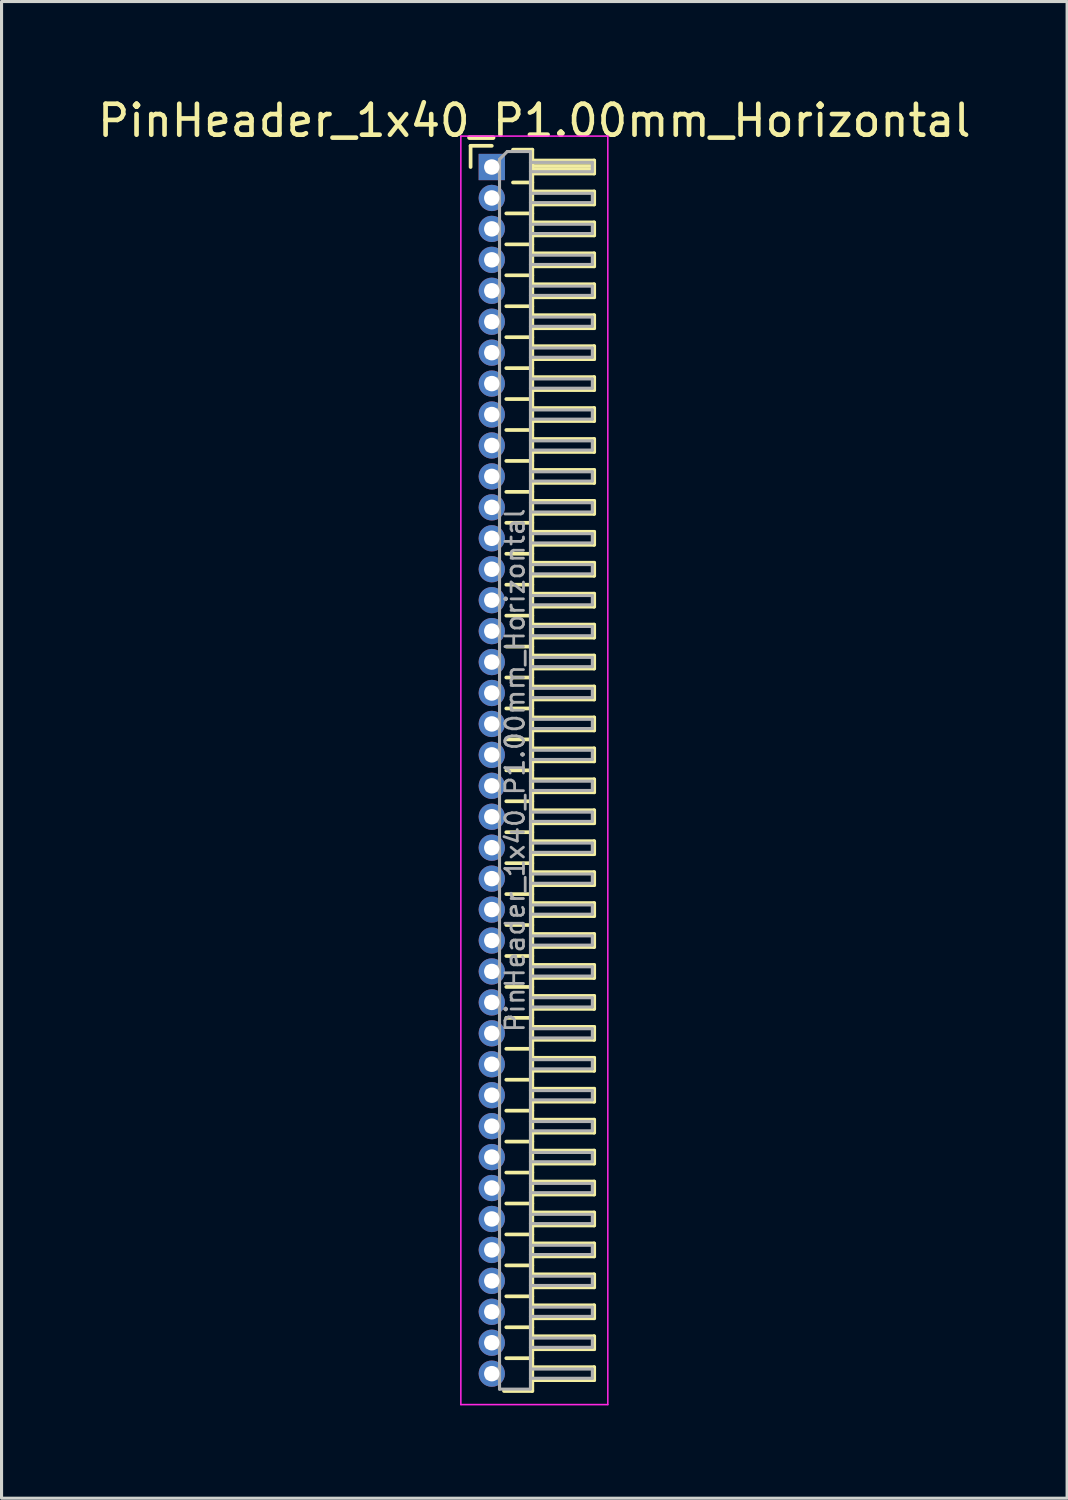
<source format=kicad_pcb>
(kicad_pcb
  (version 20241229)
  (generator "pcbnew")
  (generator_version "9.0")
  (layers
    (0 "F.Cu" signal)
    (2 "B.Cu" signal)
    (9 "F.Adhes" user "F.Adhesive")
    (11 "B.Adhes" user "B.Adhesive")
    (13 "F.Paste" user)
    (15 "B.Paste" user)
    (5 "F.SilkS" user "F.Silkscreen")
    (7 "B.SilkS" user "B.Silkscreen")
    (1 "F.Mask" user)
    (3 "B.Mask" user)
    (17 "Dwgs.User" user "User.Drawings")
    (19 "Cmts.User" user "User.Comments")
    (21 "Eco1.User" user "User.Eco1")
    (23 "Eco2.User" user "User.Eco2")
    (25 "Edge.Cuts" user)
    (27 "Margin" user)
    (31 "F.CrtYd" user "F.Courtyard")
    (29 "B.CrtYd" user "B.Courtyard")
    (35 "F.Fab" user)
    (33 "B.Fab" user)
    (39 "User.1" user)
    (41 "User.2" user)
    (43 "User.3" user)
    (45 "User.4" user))
  (footprint "PinHeader_1x40_P1.00mm_Horizontal"
    (layer "F.Cu")
    (at 12.845 2.348)
    (property "Reference" "PinHeader_1x40_P1.00mm_Horizontal" (at 1.375 -1.5 0) (layer "F.SilkS") (effects (font (size 1 1) (thickness 0.15))))
    (attr through_hole)
    (fp_line (start -0.685 -0.685) (end 0 -0.685) (stroke (width 0.12) (type solid)) (layer "F.SilkS"))
    (fp_line (start -0.685 0) (end -0.685 -0.685) (stroke (width 0.12) (type solid)) (layer "F.SilkS"))
    (fp_line (start 0.468 1.5) (end 1.31 1.5) (stroke (width 0.12) (type solid)) (layer "F.SilkS"))
    (fp_line (start 0.468 2.5) (end 1.31 2.5) (stroke (width 0.12) (type solid)) (layer "F.SilkS"))
    (fp_line (start 0.468 3.5) (end 1.31 3.5) (stroke (width 0.12) (type solid)) (layer "F.SilkS"))
    (fp_line (start 0.468 4.5) (end 1.31 4.5) (stroke (width 0.12) (type solid)) (layer "F.SilkS"))
    (fp_line (start 0.468 5.5) (end 1.31 5.5) (stroke (width 0.12) (type solid)) (layer "F.SilkS"))
    (fp_line (start 0.468 6.5) (end 1.31 6.5) (stroke (width 0.12) (type solid)) (layer "F.SilkS"))
    (fp_line (start 0.468 7.5) (end 1.31 7.5) (stroke (width 0.12) (type solid)) (layer "F.SilkS"))
    (fp_line (start 0.468 8.5) (end 1.31 8.5) (stroke (width 0.12) (type solid)) (layer "F.SilkS"))
    (fp_line (start 0.468 9.5) (end 1.31 9.5) (stroke (width 0.12) (type solid)) (layer "F.SilkS"))
    (fp_line (start 0.468 10.5) (end 1.31 10.5) (stroke (width 0.12) (type solid)) (layer "F.SilkS"))
    (fp_line (start 0.468 11.5) (end 1.31 11.5) (stroke (width 0.12) (type solid)) (layer "F.SilkS"))
    (fp_line (start 0.468 12.5) (end 1.31 12.5) (stroke (width 0.12) (type solid)) (layer "F.SilkS"))
    (fp_line (start 0.468 13.5) (end 1.31 13.5) (stroke (width 0.12) (type solid)) (layer "F.SilkS"))
    (fp_line (start 0.468 14.5) (end 1.31 14.5) (stroke (width 0.12) (type solid)) (layer "F.SilkS"))
    (fp_line (start 0.468 15.5) (end 1.31 15.5) (stroke (width 0.12) (type solid)) (layer "F.SilkS"))
    (fp_line (start 0.468 16.5) (end 1.31 16.5) (stroke (width 0.12) (type solid)) (layer "F.SilkS"))
    (fp_line (start 0.468 17.5) (end 1.31 17.5) (stroke (width 0.12) (type solid)) (layer "F.SilkS"))
    (fp_line (start 0.468 18.5) (end 1.31 18.5) (stroke (width 0.12) (type solid)) (layer "F.SilkS"))
    (fp_line (start 0.468 19.5) (end 1.31 19.5) (stroke (width 0.12) (type solid)) (layer "F.SilkS"))
    (fp_line (start 0.468 20.5) (end 1.31 20.5) (stroke (width 0.12) (type solid)) (layer "F.SilkS"))
    (fp_line (start 0.468 21.5) (end 1.31 21.5) (stroke (width 0.12) (type solid)) (layer "F.SilkS"))
    (fp_line (start 0.468 22.5) (end 1.31 22.5) (stroke (width 0.12) (type solid)) (layer "F.SilkS"))
    (fp_line (start 0.468 23.5) (end 1.31 23.5) (stroke (width 0.12) (type solid)) (layer "F.SilkS"))
    (fp_line (start 0.468 24.5) (end 1.31 24.5) (stroke (width 0.12) (type solid)) (layer "F.SilkS"))
    (fp_line (start 0.468 25.5) (end 1.31 25.5) (stroke (width 0.12) (type solid)) (layer "F.SilkS"))
    (fp_line (start 0.468 26.5) (end 1.31 26.5) (stroke (width 0.12) (type solid)) (layer "F.SilkS"))
    (fp_line (start 0.468 27.5) (end 1.31 27.5) (stroke (width 0.12) (type solid)) (layer "F.SilkS"))
    (fp_line (start 0.468 28.5) (end 1.31 28.5) (stroke (width 0.12) (type solid)) (layer "F.SilkS"))
    (fp_line (start 0.468 29.5) (end 1.31 29.5) (stroke (width 0.12) (type solid)) (layer "F.SilkS"))
    (fp_line (start 0.468 30.5) (end 1.31 30.5) (stroke (width 0.12) (type solid)) (layer "F.SilkS"))
    (fp_line (start 0.468 31.5) (end 1.31 31.5) (stroke (width 0.12) (type solid)) (layer "F.SilkS"))
    (fp_line (start 0.468 32.5) (end 1.31 32.5) (stroke (width 0.12) (type solid)) (layer "F.SilkS"))
    (fp_line (start 0.468 33.5) (end 1.31 33.5) (stroke (width 0.12) (type solid)) (layer "F.SilkS"))
    (fp_line (start 0.468 34.5) (end 1.31 34.5) (stroke (width 0.12) (type solid)) (layer "F.SilkS"))
    (fp_line (start 0.468 35.5) (end 1.31 35.5) (stroke (width 0.12) (type solid)) (layer "F.SilkS"))
    (fp_line (start 0.468 36.5) (end 1.31 36.5) (stroke (width 0.12) (type solid)) (layer "F.SilkS"))
    (fp_line (start 0.468 37.5) (end 1.31 37.5) (stroke (width 0.12) (type solid)) (layer "F.SilkS"))
    (fp_line (start 0.468 38.5) (end 1.31 38.5) (stroke (width 0.12) (type solid)) (layer "F.SilkS"))
    (fp_line (start 0.685 -0.56) (end 1.31 -0.56) (stroke (width 0.12) (type solid)) (layer "F.SilkS"))
    (fp_line (start 0.685 0.5) (end 1.31 0.5) (stroke (width 0.12) (type solid)) (layer "F.SilkS"))
    (fp_line (start 1.31 -0.56) (end 1.31 39.56) (stroke (width 0.12) (type solid)) (layer "F.SilkS"))
    (fp_line (start 1.31 -0.21) (end 3.31 -0.21) (stroke (width 0.12) (type solid)) (layer "F.SilkS"))
    (fp_line (start 1.31 -0.15) (end 3.31 -0.15) (stroke (width 0.12) (type solid)) (layer "F.SilkS"))
    (fp_line (start 1.31 -0.03) (end 3.31 -0.03) (stroke (width 0.12) (type solid)) (layer "F.SilkS"))
    (fp_line (start 1.31 0.09) (end 3.31 0.09) (stroke (width 0.12) (type solid)) (layer "F.SilkS"))
    (fp_line (start 1.31 0.79) (end 3.31 0.79) (stroke (width 0.12) (type solid)) (layer "F.SilkS"))
    (fp_line (start 1.31 1.79) (end 3.31 1.79) (stroke (width 0.12) (type solid)) (layer "F.SilkS"))
    (fp_line (start 1.31 2.79) (end 3.31 2.79) (stroke (width 0.12) (type solid)) (layer "F.SilkS"))
    (fp_line (start 1.31 3.79) (end 3.31 3.79) (stroke (width 0.12) (type solid)) (layer "F.SilkS"))
    (fp_line (start 1.31 4.79) (end 3.31 4.79) (stroke (width 0.12) (type solid)) (layer "F.SilkS"))
    (fp_line (start 1.31 5.79) (end 3.31 5.79) (stroke (width 0.12) (type solid)) (layer "F.SilkS"))
    (fp_line (start 1.31 6.79) (end 3.31 6.79) (stroke (width 0.12) (type solid)) (layer "F.SilkS"))
    (fp_line (start 1.31 7.79) (end 3.31 7.79) (stroke (width 0.12) (type solid)) (layer "F.SilkS"))
    (fp_line (start 1.31 8.79) (end 3.31 8.79) (stroke (width 0.12) (type solid)) (layer "F.SilkS"))
    (fp_line (start 1.31 9.79) (end 3.31 9.79) (stroke (width 0.12) (type solid)) (layer "F.SilkS"))
    (fp_line (start 1.31 10.79) (end 3.31 10.79) (stroke (width 0.12) (type solid)) (layer "F.SilkS"))
    (fp_line (start 1.31 11.79) (end 3.31 11.79) (stroke (width 0.12) (type solid)) (layer "F.SilkS"))
    (fp_line (start 1.31 12.79) (end 3.31 12.79) (stroke (width 0.12) (type solid)) (layer "F.SilkS"))
    (fp_line (start 1.31 13.79) (end 3.31 13.79) (stroke (width 0.12) (type solid)) (layer "F.SilkS"))
    (fp_line (start 1.31 14.79) (end 3.31 14.79) (stroke (width 0.12) (type solid)) (layer "F.SilkS"))
    (fp_line (start 1.31 15.79) (end 3.31 15.79) (stroke (width 0.12) (type solid)) (layer "F.SilkS"))
    (fp_line (start 1.31 16.79) (end 3.31 16.79) (stroke (width 0.12) (type solid)) (layer "F.SilkS"))
    (fp_line (start 1.31 17.79) (end 3.31 17.79) (stroke (width 0.12) (type solid)) (layer "F.SilkS"))
    (fp_line (start 1.31 18.79) (end 3.31 18.79) (stroke (width 0.12) (type solid)) (layer "F.SilkS"))
    (fp_line (start 1.31 19.79) (end 3.31 19.79) (stroke (width 0.12) (type solid)) (layer "F.SilkS"))
    (fp_line (start 1.31 20.79) (end 3.31 20.79) (stroke (width 0.12) (type solid)) (layer "F.SilkS"))
    (fp_line (start 1.31 21.79) (end 3.31 21.79) (stroke (width 0.12) (type solid)) (layer "F.SilkS"))
    (fp_line (start 1.31 22.79) (end 3.31 22.79) (stroke (width 0.12) (type solid)) (layer "F.SilkS"))
    (fp_line (start 1.31 23.79) (end 3.31 23.79) (stroke (width 0.12) (type solid)) (layer "F.SilkS"))
    (fp_line (start 1.31 24.79) (end 3.31 24.79) (stroke (width 0.12) (type solid)) (layer "F.SilkS"))
    (fp_line (start 1.31 25.79) (end 3.31 25.79) (stroke (width 0.12) (type solid)) (layer "F.SilkS"))
    (fp_line (start 1.31 26.79) (end 3.31 26.79) (stroke (width 0.12) (type solid)) (layer "F.SilkS"))
    (fp_line (start 1.31 27.79) (end 3.31 27.79) (stroke (width 0.12) (type solid)) (layer "F.SilkS"))
    (fp_line (start 1.31 28.79) (end 3.31 28.79) (stroke (width 0.12) (type solid)) (layer "F.SilkS"))
    (fp_line (start 1.31 29.79) (end 3.31 29.79) (stroke (width 0.12) (type solid)) (layer "F.SilkS"))
    (fp_line (start 1.31 30.79) (end 3.31 30.79) (stroke (width 0.12) (type solid)) (layer "F.SilkS"))
    (fp_line (start 1.31 31.79) (end 3.31 31.79) (stroke (width 0.12) (type solid)) (layer "F.SilkS"))
    (fp_line (start 1.31 32.79) (end 3.31 32.79) (stroke (width 0.12) (type solid)) (layer "F.SilkS"))
    (fp_line (start 1.31 33.79) (end 3.31 33.79) (stroke (width 0.12) (type solid)) (layer "F.SilkS"))
    (fp_line (start 1.31 34.79) (end 3.31 34.79) (stroke (width 0.12) (type solid)) (layer "F.SilkS"))
    (fp_line (start 1.31 35.79) (end 3.31 35.79) (stroke (width 0.12) (type solid)) (layer "F.SilkS"))
    (fp_line (start 1.31 36.79) (end 3.31 36.79) (stroke (width 0.12) (type solid)) (layer "F.SilkS"))
    (fp_line (start 1.31 37.79) (end 3.31 37.79) (stroke (width 0.12) (type solid)) (layer "F.SilkS"))
    (fp_line (start 1.31 38.79) (end 3.31 38.79) (stroke (width 0.12) (type solid)) (layer "F.SilkS"))
    (fp_line (start 1.31 39.56) (end 0.394 39.56) (stroke (width 0.12) (type solid)) (layer "F.SilkS"))
    (fp_line (start 3.31 -0.21) (end 3.31 0.21) (stroke (width 0.12) (type solid)) (layer "F.SilkS"))
    (fp_line (start 3.31 0.21) (end 1.31 0.21) (stroke (width 0.12) (type solid)) (layer "F.SilkS"))
    (fp_line (start 3.31 0.79) (end 3.31 1.21) (stroke (width 0.12) (type solid)) (layer "F.SilkS"))
    (fp_line (start 3.31 1.21) (end 1.31 1.21) (stroke (width 0.12) (type solid)) (layer "F.SilkS"))
    (fp_line (start 3.31 1.79) (end 3.31 2.21) (stroke (width 0.12) (type solid)) (layer "F.SilkS"))
    (fp_line (start 3.31 2.21) (end 1.31 2.21) (stroke (width 0.12) (type solid)) (layer "F.SilkS"))
    (fp_line (start 3.31 2.79) (end 3.31 3.21) (stroke (width 0.12) (type solid)) (layer "F.SilkS"))
    (fp_line (start 3.31 3.21) (end 1.31 3.21) (stroke (width 0.12) (type solid)) (layer "F.SilkS"))
    (fp_line (start 3.31 3.79) (end 3.31 4.21) (stroke (width 0.12) (type solid)) (layer "F.SilkS"))
    (fp_line (start 3.31 4.21) (end 1.31 4.21) (stroke (width 0.12) (type solid)) (layer "F.SilkS"))
    (fp_line (start 3.31 4.79) (end 3.31 5.21) (stroke (width 0.12) (type solid)) (layer "F.SilkS"))
    (fp_line (start 3.31 5.21) (end 1.31 5.21) (stroke (width 0.12) (type solid)) (layer "F.SilkS"))
    (fp_line (start 3.31 5.79) (end 3.31 6.21) (stroke (width 0.12) (type solid)) (layer "F.SilkS"))
    (fp_line (start 3.31 6.21) (end 1.31 6.21) (stroke (width 0.12) (type solid)) (layer "F.SilkS"))
    (fp_line (start 3.31 6.79) (end 3.31 7.21) (stroke (width 0.12) (type solid)) (layer "F.SilkS"))
    (fp_line (start 3.31 7.21) (end 1.31 7.21) (stroke (width 0.12) (type solid)) (layer "F.SilkS"))
    (fp_line (start 3.31 7.79) (end 3.31 8.21) (stroke (width 0.12) (type solid)) (layer "F.SilkS"))
    (fp_line (start 3.31 8.21) (end 1.31 8.21) (stroke (width 0.12) (type solid)) (layer "F.SilkS"))
    (fp_line (start 3.31 8.79) (end 3.31 9.21) (stroke (width 0.12) (type solid)) (layer "F.SilkS"))
    (fp_line (start 3.31 9.21) (end 1.31 9.21) (stroke (width 0.12) (type solid)) (layer "F.SilkS"))
    (fp_line (start 3.31 9.79) (end 3.31 10.21) (stroke (width 0.12) (type solid)) (layer "F.SilkS"))
    (fp_line (start 3.31 10.21) (end 1.31 10.21) (stroke (width 0.12) (type solid)) (layer "F.SilkS"))
    (fp_line (start 3.31 10.79) (end 3.31 11.21) (stroke (width 0.12) (type solid)) (layer "F.SilkS"))
    (fp_line (start 3.31 11.21) (end 1.31 11.21) (stroke (width 0.12) (type solid)) (layer "F.SilkS"))
    (fp_line (start 3.31 11.79) (end 3.31 12.21) (stroke (width 0.12) (type solid)) (layer "F.SilkS"))
    (fp_line (start 3.31 12.21) (end 1.31 12.21) (stroke (width 0.12) (type solid)) (layer "F.SilkS"))
    (fp_line (start 3.31 12.79) (end 3.31 13.21) (stroke (width 0.12) (type solid)) (layer "F.SilkS"))
    (fp_line (start 3.31 13.21) (end 1.31 13.21) (stroke (width 0.12) (type solid)) (layer "F.SilkS"))
    (fp_line (start 3.31 13.79) (end 3.31 14.21) (stroke (width 0.12) (type solid)) (layer "F.SilkS"))
    (fp_line (start 3.31 14.21) (end 1.31 14.21) (stroke (width 0.12) (type solid)) (layer "F.SilkS"))
    (fp_line (start 3.31 14.79) (end 3.31 15.21) (stroke (width 0.12) (type solid)) (layer "F.SilkS"))
    (fp_line (start 3.31 15.21) (end 1.31 15.21) (stroke (width 0.12) (type solid)) (layer "F.SilkS"))
    (fp_line (start 3.31 15.79) (end 3.31 16.21) (stroke (width 0.12) (type solid)) (layer "F.SilkS"))
    (fp_line (start 3.31 16.21) (end 1.31 16.21) (stroke (width 0.12) (type solid)) (layer "F.SilkS"))
    (fp_line (start 3.31 16.79) (end 3.31 17.21) (stroke (width 0.12) (type solid)) (layer "F.SilkS"))
    (fp_line (start 3.31 17.21) (end 1.31 17.21) (stroke (width 0.12) (type solid)) (layer "F.SilkS"))
    (fp_line (start 3.31 17.79) (end 3.31 18.21) (stroke (width 0.12) (type solid)) (layer "F.SilkS"))
    (fp_line (start 3.31 18.21) (end 1.31 18.21) (stroke (width 0.12) (type solid)) (layer "F.SilkS"))
    (fp_line (start 3.31 18.79) (end 3.31 19.21) (stroke (width 0.12) (type solid)) (layer "F.SilkS"))
    (fp_line (start 3.31 19.21) (end 1.31 19.21) (stroke (width 0.12) (type solid)) (layer "F.SilkS"))
    (fp_line (start 3.31 19.79) (end 3.31 20.21) (stroke (width 0.12) (type solid)) (layer "F.SilkS"))
    (fp_line (start 3.31 20.21) (end 1.31 20.21) (stroke (width 0.12) (type solid)) (layer "F.SilkS"))
    (fp_line (start 3.31 20.79) (end 3.31 21.21) (stroke (width 0.12) (type solid)) (layer "F.SilkS"))
    (fp_line (start 3.31 21.21) (end 1.31 21.21) (stroke (width 0.12) (type solid)) (layer "F.SilkS"))
    (fp_line (start 3.31 21.79) (end 3.31 22.21) (stroke (width 0.12) (type solid)) (layer "F.SilkS"))
    (fp_line (start 3.31 22.21) (end 1.31 22.21) (stroke (width 0.12) (type solid)) (layer "F.SilkS"))
    (fp_line (start 3.31 22.79) (end 3.31 23.21) (stroke (width 0.12) (type solid)) (layer "F.SilkS"))
    (fp_line (start 3.31 23.21) (end 1.31 23.21) (stroke (width 0.12) (type solid)) (layer "F.SilkS"))
    (fp_line (start 3.31 23.79) (end 3.31 24.21) (stroke (width 0.12) (type solid)) (layer "F.SilkS"))
    (fp_line (start 3.31 24.21) (end 1.31 24.21) (stroke (width 0.12) (type solid)) (layer "F.SilkS"))
    (fp_line (start 3.31 24.79) (end 3.31 25.21) (stroke (width 0.12) (type solid)) (layer "F.SilkS"))
    (fp_line (start 3.31 25.21) (end 1.31 25.21) (stroke (width 0.12) (type solid)) (layer "F.SilkS"))
    (fp_line (start 3.31 25.79) (end 3.31 26.21) (stroke (width 0.12) (type solid)) (layer "F.SilkS"))
    (fp_line (start 3.31 26.21) (end 1.31 26.21) (stroke (width 0.12) (type solid)) (layer "F.SilkS"))
    (fp_line (start 3.31 26.79) (end 3.31 27.21) (stroke (width 0.12) (type solid)) (layer "F.SilkS"))
    (fp_line (start 3.31 27.21) (end 1.31 27.21) (stroke (width 0.12) (type solid)) (layer "F.SilkS"))
    (fp_line (start 3.31 27.79) (end 3.31 28.21) (stroke (width 0.12) (type solid)) (layer "F.SilkS"))
    (fp_line (start 3.31 28.21) (end 1.31 28.21) (stroke (width 0.12) (type solid)) (layer "F.SilkS"))
    (fp_line (start 3.31 28.79) (end 3.31 29.21) (stroke (width 0.12) (type solid)) (layer "F.SilkS"))
    (fp_line (start 3.31 29.21) (end 1.31 29.21) (stroke (width 0.12) (type solid)) (layer "F.SilkS"))
    (fp_line (start 3.31 29.79) (end 3.31 30.21) (stroke (width 0.12) (type solid)) (layer "F.SilkS"))
    (fp_line (start 3.31 30.21) (end 1.31 30.21) (stroke (width 0.12) (type solid)) (layer "F.SilkS"))
    (fp_line (start 3.31 30.79) (end 3.31 31.21) (stroke (width 0.12) (type solid)) (layer "F.SilkS"))
    (fp_line (start 3.31 31.21) (end 1.31 31.21) (stroke (width 0.12) (type solid)) (layer "F.SilkS"))
    (fp_line (start 3.31 31.79) (end 3.31 32.21) (stroke (width 0.12) (type solid)) (layer "F.SilkS"))
    (fp_line (start 3.31 32.21) (end 1.31 32.21) (stroke (width 0.12) (type solid)) (layer "F.SilkS"))
    (fp_line (start 3.31 32.79) (end 3.31 33.21) (stroke (width 0.12) (type solid)) (layer "F.SilkS"))
    (fp_line (start 3.31 33.21) (end 1.31 33.21) (stroke (width 0.12) (type solid)) (layer "F.SilkS"))
    (fp_line (start 3.31 33.79) (end 3.31 34.21) (stroke (width 0.12) (type solid)) (layer "F.SilkS"))
    (fp_line (start 3.31 34.21) (end 1.31 34.21) (stroke (width 0.12) (type solid)) (layer "F.SilkS"))
    (fp_line (start 3.31 34.79) (end 3.31 35.21) (stroke (width 0.12) (type solid)) (layer "F.SilkS"))
    (fp_line (start 3.31 35.21) (end 1.31 35.21) (stroke (width 0.12) (type solid)) (layer "F.SilkS"))
    (fp_line (start 3.31 35.79) (end 3.31 36.21) (stroke (width 0.12) (type solid)) (layer "F.SilkS"))
    (fp_line (start 3.31 36.21) (end 1.31 36.21) (stroke (width 0.12) (type solid)) (layer "F.SilkS"))
    (fp_line (start 3.31 36.79) (end 3.31 37.21) (stroke (width 0.12) (type solid)) (layer "F.SilkS"))
    (fp_line (start 3.31 37.21) (end 1.31 37.21) (stroke (width 0.12) (type solid)) (layer "F.SilkS"))
    (fp_line (start 3.31 37.79) (end 3.31 38.21) (stroke (width 0.12) (type solid)) (layer "F.SilkS"))
    (fp_line (start 3.31 38.21) (end 1.31 38.21) (stroke (width 0.12) (type solid)) (layer "F.SilkS"))
    (fp_line (start 3.31 38.79) (end 3.31 39.21) (stroke (width 0.12) (type solid)) (layer "F.SilkS"))
    (fp_line (start 3.31 39.21) (end 1.31 39.21) (stroke (width 0.12) (type solid)) (layer "F.SilkS"))
    (fp_line (start -1 -1) (end -1 40) (stroke (width 0.05) (type solid)) (layer "F.CrtYd"))
    (fp_line (start -1 40) (end 3.75 40) (stroke (width 0.05) (type solid)) (layer "F.CrtYd"))
    (fp_line (start 3.75 -1) (end -1 -1) (stroke (width 0.05) (type solid)) (layer "F.CrtYd"))
    (fp_line (start 3.75 40) (end 3.75 -1) (stroke (width 0.05) (type solid)) (layer "F.CrtYd"))
    (fp_line (start -0.15 -0.15) (end -0.15 0.15) (stroke (width 0.1) (type solid)) (layer "F.Fab"))
    (fp_line (start -0.15 -0.15) (end 0.25 -0.15) (stroke (width 0.1) (type solid)) (layer "F.Fab"))
    (fp_line (start -0.15 0.15) (end 0.25 0.15) (stroke (width 0.1) (type solid)) (layer "F.Fab"))
    (fp_line (start -0.15 0.85) (end -0.15 1.15) (stroke (width 0.1) (type solid)) (layer "F.Fab"))
    (fp_line (start -0.15 0.85) (end 0.25 0.85) (stroke (width 0.1) (type solid)) (layer "F.Fab"))
    (fp_line (start -0.15 1.15) (end 0.25 1.15) (stroke (width 0.1) (type solid)) (layer "F.Fab"))
    (fp_line (start -0.15 1.85) (end -0.15 2.15) (stroke (width 0.1) (type solid)) (layer "F.Fab"))
    (fp_line (start -0.15 1.85) (end 0.25 1.85) (stroke (width 0.1) (type solid)) (layer "F.Fab"))
    (fp_line (start -0.15 2.15) (end 0.25 2.15) (stroke (width 0.1) (type solid)) (layer "F.Fab"))
    (fp_line (start -0.15 2.85) (end -0.15 3.15) (stroke (width 0.1) (type solid)) (layer "F.Fab"))
    (fp_line (start -0.15 2.85) (end 0.25 2.85) (stroke (width 0.1) (type solid)) (layer "F.Fab"))
    (fp_line (start -0.15 3.15) (end 0.25 3.15) (stroke (width 0.1) (type solid)) (layer "F.Fab"))
    (fp_line (start -0.15 3.85) (end -0.15 4.15) (stroke (width 0.1) (type solid)) (layer "F.Fab"))
    (fp_line (start -0.15 3.85) (end 0.25 3.85) (stroke (width 0.1) (type solid)) (layer "F.Fab"))
    (fp_line (start -0.15 4.15) (end 0.25 4.15) (stroke (width 0.1) (type solid)) (layer "F.Fab"))
    (fp_line (start -0.15 4.85) (end -0.15 5.15) (stroke (width 0.1) (type solid)) (layer "F.Fab"))
    (fp_line (start -0.15 4.85) (end 0.25 4.85) (stroke (width 0.1) (type solid)) (layer "F.Fab"))
    (fp_line (start -0.15 5.15) (end 0.25 5.15) (stroke (width 0.1) (type solid)) (layer "F.Fab"))
    (fp_line (start -0.15 5.85) (end -0.15 6.15) (stroke (width 0.1) (type solid)) (layer "F.Fab"))
    (fp_line (start -0.15 5.85) (end 0.25 5.85) (stroke (width 0.1) (type solid)) (layer "F.Fab"))
    (fp_line (start -0.15 6.15) (end 0.25 6.15) (stroke (width 0.1) (type solid)) (layer "F.Fab"))
    (fp_line (start -0.15 6.85) (end -0.15 7.15) (stroke (width 0.1) (type solid)) (layer "F.Fab"))
    (fp_line (start -0.15 6.85) (end 0.25 6.85) (stroke (width 0.1) (type solid)) (layer "F.Fab"))
    (fp_line (start -0.15 7.15) (end 0.25 7.15) (stroke (width 0.1) (type solid)) (layer "F.Fab"))
    (fp_line (start -0.15 7.85) (end -0.15 8.15) (stroke (width 0.1) (type solid)) (layer "F.Fab"))
    (fp_line (start -0.15 7.85) (end 0.25 7.85) (stroke (width 0.1) (type solid)) (layer "F.Fab"))
    (fp_line (start -0.15 8.15) (end 0.25 8.15) (stroke (width 0.1) (type solid)) (layer "F.Fab"))
    (fp_line (start -0.15 8.85) (end -0.15 9.15) (stroke (width 0.1) (type solid)) (layer "F.Fab"))
    (fp_line (start -0.15 8.85) (end 0.25 8.85) (stroke (width 0.1) (type solid)) (layer "F.Fab"))
    (fp_line (start -0.15 9.15) (end 0.25 9.15) (stroke (width 0.1) (type solid)) (layer "F.Fab"))
    (fp_line (start -0.15 9.85) (end -0.15 10.15) (stroke (width 0.1) (type solid)) (layer "F.Fab"))
    (fp_line (start -0.15 9.85) (end 0.25 9.85) (stroke (width 0.1) (type solid)) (layer "F.Fab"))
    (fp_line (start -0.15 10.15) (end 0.25 10.15) (stroke (width 0.1) (type solid)) (layer "F.Fab"))
    (fp_line (start -0.15 10.85) (end -0.15 11.15) (stroke (width 0.1) (type solid)) (layer "F.Fab"))
    (fp_line (start -0.15 10.85) (end 0.25 10.85) (stroke (width 0.1) (type solid)) (layer "F.Fab"))
    (fp_line (start -0.15 11.15) (end 0.25 11.15) (stroke (width 0.1) (type solid)) (layer "F.Fab"))
    (fp_line (start -0.15 11.85) (end -0.15 12.15) (stroke (width 0.1) (type solid)) (layer "F.Fab"))
    (fp_line (start -0.15 11.85) (end 0.25 11.85) (stroke (width 0.1) (type solid)) (layer "F.Fab"))
    (fp_line (start -0.15 12.15) (end 0.25 12.15) (stroke (width 0.1) (type solid)) (layer "F.Fab"))
    (fp_line (start -0.15 12.85) (end -0.15 13.15) (stroke (width 0.1) (type solid)) (layer "F.Fab"))
    (fp_line (start -0.15 12.85) (end 0.25 12.85) (stroke (width 0.1) (type solid)) (layer "F.Fab"))
    (fp_line (start -0.15 13.15) (end 0.25 13.15) (stroke (width 0.1) (type solid)) (layer "F.Fab"))
    (fp_line (start -0.15 13.85) (end -0.15 14.15) (stroke (width 0.1) (type solid)) (layer "F.Fab"))
    (fp_line (start -0.15 13.85) (end 0.25 13.85) (stroke (width 0.1) (type solid)) (layer "F.Fab"))
    (fp_line (start -0.15 14.15) (end 0.25 14.15) (stroke (width 0.1) (type solid)) (layer "F.Fab"))
    (fp_line (start -0.15 14.85) (end -0.15 15.15) (stroke (width 0.1) (type solid)) (layer "F.Fab"))
    (fp_line (start -0.15 14.85) (end 0.25 14.85) (stroke (width 0.1) (type solid)) (layer "F.Fab"))
    (fp_line (start -0.15 15.15) (end 0.25 15.15) (stroke (width 0.1) (type solid)) (layer "F.Fab"))
    (fp_line (start -0.15 15.85) (end -0.15 16.15) (stroke (width 0.1) (type solid)) (layer "F.Fab"))
    (fp_line (start -0.15 15.85) (end 0.25 15.85) (stroke (width 0.1) (type solid)) (layer "F.Fab"))
    (fp_line (start -0.15 16.15) (end 0.25 16.15) (stroke (width 0.1) (type solid)) (layer "F.Fab"))
    (fp_line (start -0.15 16.85) (end -0.15 17.15) (stroke (width 0.1) (type solid)) (layer "F.Fab"))
    (fp_line (start -0.15 16.85) (end 0.25 16.85) (stroke (width 0.1) (type solid)) (layer "F.Fab"))
    (fp_line (start -0.15 17.15) (end 0.25 17.15) (stroke (width 0.1) (type solid)) (layer "F.Fab"))
    (fp_line (start -0.15 17.85) (end -0.15 18.15) (stroke (width 0.1) (type solid)) (layer "F.Fab"))
    (fp_line (start -0.15 17.85) (end 0.25 17.85) (stroke (width 0.1) (type solid)) (layer "F.Fab"))
    (fp_line (start -0.15 18.15) (end 0.25 18.15) (stroke (width 0.1) (type solid)) (layer "F.Fab"))
    (fp_line (start -0.15 18.85) (end -0.15 19.15) (stroke (width 0.1) (type solid)) (layer "F.Fab"))
    (fp_line (start -0.15 18.85) (end 0.25 18.85) (stroke (width 0.1) (type solid)) (layer "F.Fab"))
    (fp_line (start -0.15 19.15) (end 0.25 19.15) (stroke (width 0.1) (type solid)) (layer "F.Fab"))
    (fp_line (start -0.15 19.85) (end -0.15 20.15) (stroke (width 0.1) (type solid)) (layer "F.Fab"))
    (fp_line (start -0.15 19.85) (end 0.25 19.85) (stroke (width 0.1) (type solid)) (layer "F.Fab"))
    (fp_line (start -0.15 20.15) (end 0.25 20.15) (stroke (width 0.1) (type solid)) (layer "F.Fab"))
    (fp_line (start -0.15 20.85) (end -0.15 21.15) (stroke (width 0.1) (type solid)) (layer "F.Fab"))
    (fp_line (start -0.15 20.85) (end 0.25 20.85) (stroke (width 0.1) (type solid)) (layer "F.Fab"))
    (fp_line (start -0.15 21.15) (end 0.25 21.15) (stroke (width 0.1) (type solid)) (layer "F.Fab"))
    (fp_line (start -0.15 21.85) (end -0.15 22.15) (stroke (width 0.1) (type solid)) (layer "F.Fab"))
    (fp_line (start -0.15 21.85) (end 0.25 21.85) (stroke (width 0.1) (type solid)) (layer "F.Fab"))
    (fp_line (start -0.15 22.15) (end 0.25 22.15) (stroke (width 0.1) (type solid)) (layer "F.Fab"))
    (fp_line (start -0.15 22.85) (end -0.15 23.15) (stroke (width 0.1) (type solid)) (layer "F.Fab"))
    (fp_line (start -0.15 22.85) (end 0.25 22.85) (stroke (width 0.1) (type solid)) (layer "F.Fab"))
    (fp_line (start -0.15 23.15) (end 0.25 23.15) (stroke (width 0.1) (type solid)) (layer "F.Fab"))
    (fp_line (start -0.15 23.85) (end -0.15 24.15) (stroke (width 0.1) (type solid)) (layer "F.Fab"))
    (fp_line (start -0.15 23.85) (end 0.25 23.85) (stroke (width 0.1) (type solid)) (layer "F.Fab"))
    (fp_line (start -0.15 24.15) (end 0.25 24.15) (stroke (width 0.1) (type solid)) (layer "F.Fab"))
    (fp_line (start -0.15 24.85) (end -0.15 25.15) (stroke (width 0.1) (type solid)) (layer "F.Fab"))
    (fp_line (start -0.15 24.85) (end 0.25 24.85) (stroke (width 0.1) (type solid)) (layer "F.Fab"))
    (fp_line (start -0.15 25.15) (end 0.25 25.15) (stroke (width 0.1) (type solid)) (layer "F.Fab"))
    (fp_line (start -0.15 25.85) (end -0.15 26.15) (stroke (width 0.1) (type solid)) (layer "F.Fab"))
    (fp_line (start -0.15 25.85) (end 0.25 25.85) (stroke (width 0.1) (type solid)) (layer "F.Fab"))
    (fp_line (start -0.15 26.15) (end 0.25 26.15) (stroke (width 0.1) (type solid)) (layer "F.Fab"))
    (fp_line (start -0.15 26.85) (end -0.15 27.15) (stroke (width 0.1) (type solid)) (layer "F.Fab"))
    (fp_line (start -0.15 26.85) (end 0.25 26.85) (stroke (width 0.1) (type solid)) (layer "F.Fab"))
    (fp_line (start -0.15 27.15) (end 0.25 27.15) (stroke (width 0.1) (type solid)) (layer "F.Fab"))
    (fp_line (start -0.15 27.85) (end -0.15 28.15) (stroke (width 0.1) (type solid)) (layer "F.Fab"))
    (fp_line (start -0.15 27.85) (end 0.25 27.85) (stroke (width 0.1) (type solid)) (layer "F.Fab"))
    (fp_line (start -0.15 28.15) (end 0.25 28.15) (stroke (width 0.1) (type solid)) (layer "F.Fab"))
    (fp_line (start -0.15 28.85) (end -0.15 29.15) (stroke (width 0.1) (type solid)) (layer "F.Fab"))
    (fp_line (start -0.15 28.85) (end 0.25 28.85) (stroke (width 0.1) (type solid)) (layer "F.Fab"))
    (fp_line (start -0.15 29.15) (end 0.25 29.15) (stroke (width 0.1) (type solid)) (layer "F.Fab"))
    (fp_line (start -0.15 29.85) (end -0.15 30.15) (stroke (width 0.1) (type solid)) (layer "F.Fab"))
    (fp_line (start -0.15 29.85) (end 0.25 29.85) (stroke (width 0.1) (type solid)) (layer "F.Fab"))
    (fp_line (start -0.15 30.15) (end 0.25 30.15) (stroke (width 0.1) (type solid)) (layer "F.Fab"))
    (fp_line (start -0.15 30.85) (end -0.15 31.15) (stroke (width 0.1) (type solid)) (layer "F.Fab"))
    (fp_line (start -0.15 30.85) (end 0.25 30.85) (stroke (width 0.1) (type solid)) (layer "F.Fab"))
    (fp_line (start -0.15 31.15) (end 0.25 31.15) (stroke (width 0.1) (type solid)) (layer "F.Fab"))
    (fp_line (start -0.15 31.85) (end -0.15 32.15) (stroke (width 0.1) (type solid)) (layer "F.Fab"))
    (fp_line (start -0.15 31.85) (end 0.25 31.85) (stroke (width 0.1) (type solid)) (layer "F.Fab"))
    (fp_line (start -0.15 32.15) (end 0.25 32.15) (stroke (width 0.1) (type solid)) (layer "F.Fab"))
    (fp_line (start -0.15 32.85) (end -0.15 33.15) (stroke (width 0.1) (type solid)) (layer "F.Fab"))
    (fp_line (start -0.15 32.85) (end 0.25 32.85) (stroke (width 0.1) (type solid)) (layer "F.Fab"))
    (fp_line (start -0.15 33.15) (end 0.25 33.15) (stroke (width 0.1) (type solid)) (layer "F.Fab"))
    (fp_line (start -0.15 33.85) (end -0.15 34.15) (stroke (width 0.1) (type solid)) (layer "F.Fab"))
    (fp_line (start -0.15 33.85) (end 0.25 33.85) (stroke (width 0.1) (type solid)) (layer "F.Fab"))
    (fp_line (start -0.15 34.15) (end 0.25 34.15) (stroke (width 0.1) (type solid)) (layer "F.Fab"))
    (fp_line (start -0.15 34.85) (end -0.15 35.15) (stroke (width 0.1) (type solid)) (layer "F.Fab"))
    (fp_line (start -0.15 34.85) (end 0.25 34.85) (stroke (width 0.1) (type solid)) (layer "F.Fab"))
    (fp_line (start -0.15 35.15) (end 0.25 35.15) (stroke (width 0.1) (type solid)) (layer "F.Fab"))
    (fp_line (start -0.15 35.85) (end -0.15 36.15) (stroke (width 0.1) (type solid)) (layer "F.Fab"))
    (fp_line (start -0.15 35.85) (end 0.25 35.85) (stroke (width 0.1) (type solid)) (layer "F.Fab"))
    (fp_line (start -0.15 36.15) (end 0.25 36.15) (stroke (width 0.1) (type solid)) (layer "F.Fab"))
    (fp_line (start -0.15 36.85) (end -0.15 37.15) (stroke (width 0.1) (type solid)) (layer "F.Fab"))
    (fp_line (start -0.15 36.85) (end 0.25 36.85) (stroke (width 0.1) (type solid)) (layer "F.Fab"))
    (fp_line (start -0.15 37.15) (end 0.25 37.15) (stroke (width 0.1) (type solid)) (layer "F.Fab"))
    (fp_line (start -0.15 37.85) (end -0.15 38.15) (stroke (width 0.1) (type solid)) (layer "F.Fab"))
    (fp_line (start -0.15 37.85) (end 0.25 37.85) (stroke (width 0.1) (type solid)) (layer "F.Fab"))
    (fp_line (start -0.15 38.15) (end 0.25 38.15) (stroke (width 0.1) (type solid)) (layer "F.Fab"))
    (fp_line (start -0.15 38.85) (end -0.15 39.15) (stroke (width 0.1) (type solid)) (layer "F.Fab"))
    (fp_line (start -0.15 38.85) (end 0.25 38.85) (stroke (width 0.1) (type solid)) (layer "F.Fab"))
    (fp_line (start -0.15 39.15) (end 0.25 39.15) (stroke (width 0.1) (type solid)) (layer "F.Fab"))
    (fp_line (start 0.25 -0.25) (end 0.5 -0.5) (stroke (width 0.1) (type solid)) (layer "F.Fab"))
    (fp_line (start 0.25 39.5) (end 0.25 -0.25) (stroke (width 0.1) (type solid)) (layer "F.Fab"))
    (fp_line (start 0.5 -0.5) (end 1.25 -0.5) (stroke (width 0.1) (type solid)) (layer "F.Fab"))
    (fp_line (start 1.25 -0.5) (end 1.25 39.5) (stroke (width 0.1) (type solid)) (layer "F.Fab"))
    (fp_line (start 1.25 -0.15) (end 3.25 -0.15) (stroke (width 0.1) (type solid)) (layer "F.Fab"))
    (fp_line (start 1.25 0.15) (end 3.25 0.15) (stroke (width 0.1) (type solid)) (layer "F.Fab"))
    (fp_line (start 1.25 0.85) (end 3.25 0.85) (stroke (width 0.1) (type solid)) (layer "F.Fab"))
    (fp_line (start 1.25 1.15) (end 3.25 1.15) (stroke (width 0.1) (type solid)) (layer "F.Fab"))
    (fp_line (start 1.25 1.85) (end 3.25 1.85) (stroke (width 0.1) (type solid)) (layer "F.Fab"))
    (fp_line (start 1.25 2.15) (end 3.25 2.15) (stroke (width 0.1) (type solid)) (layer "F.Fab"))
    (fp_line (start 1.25 2.85) (end 3.25 2.85) (stroke (width 0.1) (type solid)) (layer "F.Fab"))
    (fp_line (start 1.25 3.15) (end 3.25 3.15) (stroke (width 0.1) (type solid)) (layer "F.Fab"))
    (fp_line (start 1.25 3.85) (end 3.25 3.85) (stroke (width 0.1) (type solid)) (layer "F.Fab"))
    (fp_line (start 1.25 4.15) (end 3.25 4.15) (stroke (width 0.1) (type solid)) (layer "F.Fab"))
    (fp_line (start 1.25 4.85) (end 3.25 4.85) (stroke (width 0.1) (type solid)) (layer "F.Fab"))
    (fp_line (start 1.25 5.15) (end 3.25 5.15) (stroke (width 0.1) (type solid)) (layer "F.Fab"))
    (fp_line (start 1.25 5.85) (end 3.25 5.85) (stroke (width 0.1) (type solid)) (layer "F.Fab"))
    (fp_line (start 1.25 6.15) (end 3.25 6.15) (stroke (width 0.1) (type solid)) (layer "F.Fab"))
    (fp_line (start 1.25 6.85) (end 3.25 6.85) (stroke (width 0.1) (type solid)) (layer "F.Fab"))
    (fp_line (start 1.25 7.15) (end 3.25 7.15) (stroke (width 0.1) (type solid)) (layer "F.Fab"))
    (fp_line (start 1.25 7.85) (end 3.25 7.85) (stroke (width 0.1) (type solid)) (layer "F.Fab"))
    (fp_line (start 1.25 8.15) (end 3.25 8.15) (stroke (width 0.1) (type solid)) (layer "F.Fab"))
    (fp_line (start 1.25 8.85) (end 3.25 8.85) (stroke (width 0.1) (type solid)) (layer "F.Fab"))
    (fp_line (start 1.25 9.15) (end 3.25 9.15) (stroke (width 0.1) (type solid)) (layer "F.Fab"))
    (fp_line (start 1.25 9.85) (end 3.25 9.85) (stroke (width 0.1) (type solid)) (layer "F.Fab"))
    (fp_line (start 1.25 10.15) (end 3.25 10.15) (stroke (width 0.1) (type solid)) (layer "F.Fab"))
    (fp_line (start 1.25 10.85) (end 3.25 10.85) (stroke (width 0.1) (type solid)) (layer "F.Fab"))
    (fp_line (start 1.25 11.15) (end 3.25 11.15) (stroke (width 0.1) (type solid)) (layer "F.Fab"))
    (fp_line (start 1.25 11.85) (end 3.25 11.85) (stroke (width 0.1) (type solid)) (layer "F.Fab"))
    (fp_line (start 1.25 12.15) (end 3.25 12.15) (stroke (width 0.1) (type solid)) (layer "F.Fab"))
    (fp_line (start 1.25 12.85) (end 3.25 12.85) (stroke (width 0.1) (type solid)) (layer "F.Fab"))
    (fp_line (start 1.25 13.15) (end 3.25 13.15) (stroke (width 0.1) (type solid)) (layer "F.Fab"))
    (fp_line (start 1.25 13.85) (end 3.25 13.85) (stroke (width 0.1) (type solid)) (layer "F.Fab"))
    (fp_line (start 1.25 14.15) (end 3.25 14.15) (stroke (width 0.1) (type solid)) (layer "F.Fab"))
    (fp_line (start 1.25 14.85) (end 3.25 14.85) (stroke (width 0.1) (type solid)) (layer "F.Fab"))
    (fp_line (start 1.25 15.15) (end 3.25 15.15) (stroke (width 0.1) (type solid)) (layer "F.Fab"))
    (fp_line (start 1.25 15.85) (end 3.25 15.85) (stroke (width 0.1) (type solid)) (layer "F.Fab"))
    (fp_line (start 1.25 16.15) (end 3.25 16.15) (stroke (width 0.1) (type solid)) (layer "F.Fab"))
    (fp_line (start 1.25 16.85) (end 3.25 16.85) (stroke (width 0.1) (type solid)) (layer "F.Fab"))
    (fp_line (start 1.25 17.15) (end 3.25 17.15) (stroke (width 0.1) (type solid)) (layer "F.Fab"))
    (fp_line (start 1.25 17.85) (end 3.25 17.85) (stroke (width 0.1) (type solid)) (layer "F.Fab"))
    (fp_line (start 1.25 18.15) (end 3.25 18.15) (stroke (width 0.1) (type solid)) (layer "F.Fab"))
    (fp_line (start 1.25 18.85) (end 3.25 18.85) (stroke (width 0.1) (type solid)) (layer "F.Fab"))
    (fp_line (start 1.25 19.15) (end 3.25 19.15) (stroke (width 0.1) (type solid)) (layer "F.Fab"))
    (fp_line (start 1.25 19.85) (end 3.25 19.85) (stroke (width 0.1) (type solid)) (layer "F.Fab"))
    (fp_line (start 1.25 20.15) (end 3.25 20.15) (stroke (width 0.1) (type solid)) (layer "F.Fab"))
    (fp_line (start 1.25 20.85) (end 3.25 20.85) (stroke (width 0.1) (type solid)) (layer "F.Fab"))
    (fp_line (start 1.25 21.15) (end 3.25 21.15) (stroke (width 0.1) (type solid)) (layer "F.Fab"))
    (fp_line (start 1.25 21.85) (end 3.25 21.85) (stroke (width 0.1) (type solid)) (layer "F.Fab"))
    (fp_line (start 1.25 22.15) (end 3.25 22.15) (stroke (width 0.1) (type solid)) (layer "F.Fab"))
    (fp_line (start 1.25 22.85) (end 3.25 22.85) (stroke (width 0.1) (type solid)) (layer "F.Fab"))
    (fp_line (start 1.25 23.15) (end 3.25 23.15) (stroke (width 0.1) (type solid)) (layer "F.Fab"))
    (fp_line (start 1.25 23.85) (end 3.25 23.85) (stroke (width 0.1) (type solid)) (layer "F.Fab"))
    (fp_line (start 1.25 24.15) (end 3.25 24.15) (stroke (width 0.1) (type solid)) (layer "F.Fab"))
    (fp_line (start 1.25 24.85) (end 3.25 24.85) (stroke (width 0.1) (type solid)) (layer "F.Fab"))
    (fp_line (start 1.25 25.15) (end 3.25 25.15) (stroke (width 0.1) (type solid)) (layer "F.Fab"))
    (fp_line (start 1.25 25.85) (end 3.25 25.85) (stroke (width 0.1) (type solid)) (layer "F.Fab"))
    (fp_line (start 1.25 26.15) (end 3.25 26.15) (stroke (width 0.1) (type solid)) (layer "F.Fab"))
    (fp_line (start 1.25 26.85) (end 3.25 26.85) (stroke (width 0.1) (type solid)) (layer "F.Fab"))
    (fp_line (start 1.25 27.15) (end 3.25 27.15) (stroke (width 0.1) (type solid)) (layer "F.Fab"))
    (fp_line (start 1.25 27.85) (end 3.25 27.85) (stroke (width 0.1) (type solid)) (layer "F.Fab"))
    (fp_line (start 1.25 28.15) (end 3.25 28.15) (stroke (width 0.1) (type solid)) (layer "F.Fab"))
    (fp_line (start 1.25 28.85) (end 3.25 28.85) (stroke (width 0.1) (type solid)) (layer "F.Fab"))
    (fp_line (start 1.25 29.15) (end 3.25 29.15) (stroke (width 0.1) (type solid)) (layer "F.Fab"))
    (fp_line (start 1.25 29.85) (end 3.25 29.85) (stroke (width 0.1) (type solid)) (layer "F.Fab"))
    (fp_line (start 1.25 30.15) (end 3.25 30.15) (stroke (width 0.1) (type solid)) (layer "F.Fab"))
    (fp_line (start 1.25 30.85) (end 3.25 30.85) (stroke (width 0.1) (type solid)) (layer "F.Fab"))
    (fp_line (start 1.25 31.15) (end 3.25 31.15) (stroke (width 0.1) (type solid)) (layer "F.Fab"))
    (fp_line (start 1.25 31.85) (end 3.25 31.85) (stroke (width 0.1) (type solid)) (layer "F.Fab"))
    (fp_line (start 1.25 32.15) (end 3.25 32.15) (stroke (width 0.1) (type solid)) (layer "F.Fab"))
    (fp_line (start 1.25 32.85) (end 3.25 32.85) (stroke (width 0.1) (type solid)) (layer "F.Fab"))
    (fp_line (start 1.25 33.15) (end 3.25 33.15) (stroke (width 0.1) (type solid)) (layer "F.Fab"))
    (fp_line (start 1.25 33.85) (end 3.25 33.85) (stroke (width 0.1) (type solid)) (layer "F.Fab"))
    (fp_line (start 1.25 34.15) (end 3.25 34.15) (stroke (width 0.1) (type solid)) (layer "F.Fab"))
    (fp_line (start 1.25 34.85) (end 3.25 34.85) (stroke (width 0.1) (type solid)) (layer "F.Fab"))
    (fp_line (start 1.25 35.15) (end 3.25 35.15) (stroke (width 0.1) (type solid)) (layer "F.Fab"))
    (fp_line (start 1.25 35.85) (end 3.25 35.85) (stroke (width 0.1) (type solid)) (layer "F.Fab"))
    (fp_line (start 1.25 36.15) (end 3.25 36.15) (stroke (width 0.1) (type solid)) (layer "F.Fab"))
    (fp_line (start 1.25 36.85) (end 3.25 36.85) (stroke (width 0.1) (type solid)) (layer "F.Fab"))
    (fp_line (start 1.25 37.15) (end 3.25 37.15) (stroke (width 0.1) (type solid)) (layer "F.Fab"))
    (fp_line (start 1.25 37.85) (end 3.25 37.85) (stroke (width 0.1) (type solid)) (layer "F.Fab"))
    (fp_line (start 1.25 38.15) (end 3.25 38.15) (stroke (width 0.1) (type solid)) (layer "F.Fab"))
    (fp_line (start 1.25 38.85) (end 3.25 38.85) (stroke (width 0.1) (type solid)) (layer "F.Fab"))
    (fp_line (start 1.25 39.15) (end 3.25 39.15) (stroke (width 0.1) (type solid)) (layer "F.Fab"))
    (fp_line (start 1.25 39.5) (end 0.25 39.5) (stroke (width 0.1) (type solid)) (layer "F.Fab"))
    (fp_line (start 3.25 -0.15) (end 3.25 0.15) (stroke (width 0.1) (type solid)) (layer "F.Fab"))
    (fp_line (start 3.25 0.85) (end 3.25 1.15) (stroke (width 0.1) (type solid)) (layer "F.Fab"))
    (fp_line (start 3.25 1.85) (end 3.25 2.15) (stroke (width 0.1) (type solid)) (layer "F.Fab"))
    (fp_line (start 3.25 2.85) (end 3.25 3.15) (stroke (width 0.1) (type solid)) (layer "F.Fab"))
    (fp_line (start 3.25 3.85) (end 3.25 4.15) (stroke (width 0.1) (type solid)) (layer "F.Fab"))
    (fp_line (start 3.25 4.85) (end 3.25 5.15) (stroke (width 0.1) (type solid)) (layer "F.Fab"))
    (fp_line (start 3.25 5.85) (end 3.25 6.15) (stroke (width 0.1) (type solid)) (layer "F.Fab"))
    (fp_line (start 3.25 6.85) (end 3.25 7.15) (stroke (width 0.1) (type solid)) (layer "F.Fab"))
    (fp_line (start 3.25 7.85) (end 3.25 8.15) (stroke (width 0.1) (type solid)) (layer "F.Fab"))
    (fp_line (start 3.25 8.85) (end 3.25 9.15) (stroke (width 0.1) (type solid)) (layer "F.Fab"))
    (fp_line (start 3.25 9.85) (end 3.25 10.15) (stroke (width 0.1) (type solid)) (layer "F.Fab"))
    (fp_line (start 3.25 10.85) (end 3.25 11.15) (stroke (width 0.1) (type solid)) (layer "F.Fab"))
    (fp_line (start 3.25 11.85) (end 3.25 12.15) (stroke (width 0.1) (type solid)) (layer "F.Fab"))
    (fp_line (start 3.25 12.85) (end 3.25 13.15) (stroke (width 0.1) (type solid)) (layer "F.Fab"))
    (fp_line (start 3.25 13.85) (end 3.25 14.15) (stroke (width 0.1) (type solid)) (layer "F.Fab"))
    (fp_line (start 3.25 14.85) (end 3.25 15.15) (stroke (width 0.1) (type solid)) (layer "F.Fab"))
    (fp_line (start 3.25 15.85) (end 3.25 16.15) (stroke (width 0.1) (type solid)) (layer "F.Fab"))
    (fp_line (start 3.25 16.85) (end 3.25 17.15) (stroke (width 0.1) (type solid)) (layer "F.Fab"))
    (fp_line (start 3.25 17.85) (end 3.25 18.15) (stroke (width 0.1) (type solid)) (layer "F.Fab"))
    (fp_line (start 3.25 18.85) (end 3.25 19.15) (stroke (width 0.1) (type solid)) (layer "F.Fab"))
    (fp_line (start 3.25 19.85) (end 3.25 20.15) (stroke (width 0.1) (type solid)) (layer "F.Fab"))
    (fp_line (start 3.25 20.85) (end 3.25 21.15) (stroke (width 0.1) (type solid)) (layer "F.Fab"))
    (fp_line (start 3.25 21.85) (end 3.25 22.15) (stroke (width 0.1) (type solid)) (layer "F.Fab"))
    (fp_line (start 3.25 22.85) (end 3.25 23.15) (stroke (width 0.1) (type solid)) (layer "F.Fab"))
    (fp_line (start 3.25 23.85) (end 3.25 24.15) (stroke (width 0.1) (type solid)) (layer "F.Fab"))
    (fp_line (start 3.25 24.85) (end 3.25 25.15) (stroke (width 0.1) (type solid)) (layer "F.Fab"))
    (fp_line (start 3.25 25.85) (end 3.25 26.15) (stroke (width 0.1) (type solid)) (layer "F.Fab"))
    (fp_line (start 3.25 26.85) (end 3.25 27.15) (stroke (width 0.1) (type solid)) (layer "F.Fab"))
    (fp_line (start 3.25 27.85) (end 3.25 28.15) (stroke (width 0.1) (type solid)) (layer "F.Fab"))
    (fp_line (start 3.25 28.85) (end 3.25 29.15) (stroke (width 0.1) (type solid)) (layer "F.Fab"))
    (fp_line (start 3.25 29.85) (end 3.25 30.15) (stroke (width 0.1) (type solid)) (layer "F.Fab"))
    (fp_line (start 3.25 30.85) (end 3.25 31.15) (stroke (width 0.1) (type solid)) (layer "F.Fab"))
    (fp_line (start 3.25 31.85) (end 3.25 32.15) (stroke (width 0.1) (type solid)) (layer "F.Fab"))
    (fp_line (start 3.25 32.85) (end 3.25 33.15) (stroke (width 0.1) (type solid)) (layer "F.Fab"))
    (fp_line (start 3.25 33.85) (end 3.25 34.15) (stroke (width 0.1) (type solid)) (layer "F.Fab"))
    (fp_line (start 3.25 34.85) (end 3.25 35.15) (stroke (width 0.1) (type solid)) (layer "F.Fab"))
    (fp_line (start 3.25 35.85) (end 3.25 36.15) (stroke (width 0.1) (type solid)) (layer "F.Fab"))
    (fp_line (start 3.25 36.85) (end 3.25 37.15) (stroke (width 0.1) (type solid)) (layer "F.Fab"))
    (fp_line (start 3.25 37.85) (end 3.25 38.15) (stroke (width 0.1) (type solid)) (layer "F.Fab"))
    (fp_line (start 3.25 38.85) (end 3.25 39.15) (stroke (width 0.1) (type solid)) (layer "F.Fab"))
    (fp_text user "${REFERENCE}" (at 0.75 19.5 90) (layer "F.Fab") (effects (font (size 0.6 0.6) (thickness 0.09))))
    (pad "1" thru_hole rect (at 0 0) (size 0.85 0.85) (drill 0.5) (layers "*.Cu" "*.Mask"))
    (pad "2" thru_hole oval (at 0 1) (size 0.85 0.85) (drill 0.5) (layers "*.Cu" "*.Mask"))
    (pad "3" thru_hole oval (at 0 2) (size 0.85 0.85) (drill 0.5) (layers "*.Cu" "*.Mask"))
    (pad "4" thru_hole oval (at 0 3) (size 0.85 0.85) (drill 0.5) (layers "*.Cu" "*.Mask"))
    (pad "5" thru_hole oval (at 0 4) (size 0.85 0.85) (drill 0.5) (layers "*.Cu" "*.Mask"))
    (pad "6" thru_hole oval (at 0 5) (size 0.85 0.85) (drill 0.5) (layers "*.Cu" "*.Mask"))
    (pad "7" thru_hole oval (at 0 6) (size 0.85 0.85) (drill 0.5) (layers "*.Cu" "*.Mask"))
    (pad "8" thru_hole oval (at 0 7) (size 0.85 0.85) (drill 0.5) (layers "*.Cu" "*.Mask"))
    (pad "9" thru_hole oval (at 0 8) (size 0.85 0.85) (drill 0.5) (layers "*.Cu" "*.Mask"))
    (pad "10" thru_hole oval (at 0 9) (size 0.85 0.85) (drill 0.5) (layers "*.Cu" "*.Mask"))
    (pad "11" thru_hole oval (at 0 10) (size 0.85 0.85) (drill 0.5) (layers "*.Cu" "*.Mask"))
    (pad "12" thru_hole oval (at 0 11) (size 0.85 0.85) (drill 0.5) (layers "*.Cu" "*.Mask"))
    (pad "13" thru_hole oval (at 0 12) (size 0.85 0.85) (drill 0.5) (layers "*.Cu" "*.Mask"))
    (pad "14" thru_hole oval (at 0 13) (size 0.85 0.85) (drill 0.5) (layers "*.Cu" "*.Mask"))
    (pad "15" thru_hole oval (at 0 14) (size 0.85 0.85) (drill 0.5) (layers "*.Cu" "*.Mask"))
    (pad "16" thru_hole oval (at 0 15) (size 0.85 0.85) (drill 0.5) (layers "*.Cu" "*.Mask"))
    (pad "17" thru_hole oval (at 0 16) (size 0.85 0.85) (drill 0.5) (layers "*.Cu" "*.Mask"))
    (pad "18" thru_hole oval (at 0 17) (size 0.85 0.85) (drill 0.5) (layers "*.Cu" "*.Mask"))
    (pad "19" thru_hole oval (at 0 18) (size 0.85 0.85) (drill 0.5) (layers "*.Cu" "*.Mask"))
    (pad "20" thru_hole oval (at 0 19) (size 0.85 0.85) (drill 0.5) (layers "*.Cu" "*.Mask"))
    (pad "21" thru_hole oval (at 0 20) (size 0.85 0.85) (drill 0.5) (layers "*.Cu" "*.Mask"))
    (pad "22" thru_hole oval (at 0 21) (size 0.85 0.85) (drill 0.5) (layers "*.Cu" "*.Mask"))
    (pad "23" thru_hole oval (at 0 22) (size 0.85 0.85) (drill 0.5) (layers "*.Cu" "*.Mask"))
    (pad "24" thru_hole oval (at 0 23) (size 0.85 0.85) (drill 0.5) (layers "*.Cu" "*.Mask"))
    (pad "25" thru_hole oval (at 0 24) (size 0.85 0.85) (drill 0.5) (layers "*.Cu" "*.Mask"))
    (pad "26" thru_hole oval (at 0 25) (size 0.85 0.85) (drill 0.5) (layers "*.Cu" "*.Mask"))
    (pad "27" thru_hole oval (at 0 26) (size 0.85 0.85) (drill 0.5) (layers "*.Cu" "*.Mask"))
    (pad "28" thru_hole oval (at 0 27) (size 0.85 0.85) (drill 0.5) (layers "*.Cu" "*.Mask"))
    (pad "29" thru_hole oval (at 0 28) (size 0.85 0.85) (drill 0.5) (layers "*.Cu" "*.Mask"))
    (pad "30" thru_hole oval (at 0 29) (size 0.85 0.85) (drill 0.5) (layers "*.Cu" "*.Mask"))
    (pad "31" thru_hole oval (at 0 30) (size 0.85 0.85) (drill 0.5) (layers "*.Cu" "*.Mask"))
    (pad "32" thru_hole oval (at 0 31) (size 0.85 0.85) (drill 0.5) (layers "*.Cu" "*.Mask"))
    (pad "33" thru_hole oval (at 0 32) (size 0.85 0.85) (drill 0.5) (layers "*.Cu" "*.Mask"))
    (pad "34" thru_hole oval (at 0 33) (size 0.85 0.85) (drill 0.5) (layers "*.Cu" "*.Mask"))
    (pad "35" thru_hole oval (at 0 34) (size 0.85 0.85) (drill 0.5) (layers "*.Cu" "*.Mask"))
    (pad "36" thru_hole oval (at 0 35) (size 0.85 0.85) (drill 0.5) (layers "*.Cu" "*.Mask"))
    (pad "37" thru_hole oval (at 0 36) (size 0.85 0.85) (drill 0.5) (layers "*.Cu" "*.Mask"))
    (pad "38" thru_hole oval (at 0 37) (size 0.85 0.85) (drill 0.5) (layers "*.Cu" "*.Mask"))
    (pad "39" thru_hole oval (at 0 38) (size 0.85 0.85) (drill 0.5) (layers "*.Cu" "*.Mask"))
    (pad "40" thru_hole oval (at 0 39) (size 0.85 0.85) (drill 0.5) (layers "*.Cu" "*.Mask")))
  (gr_rect
    (start -3 -3)
    (end 31.44 45.373)
    (stroke (width 0.1) (type default))
    (fill no)
    (layer "Edge.Cuts")))
</source>
